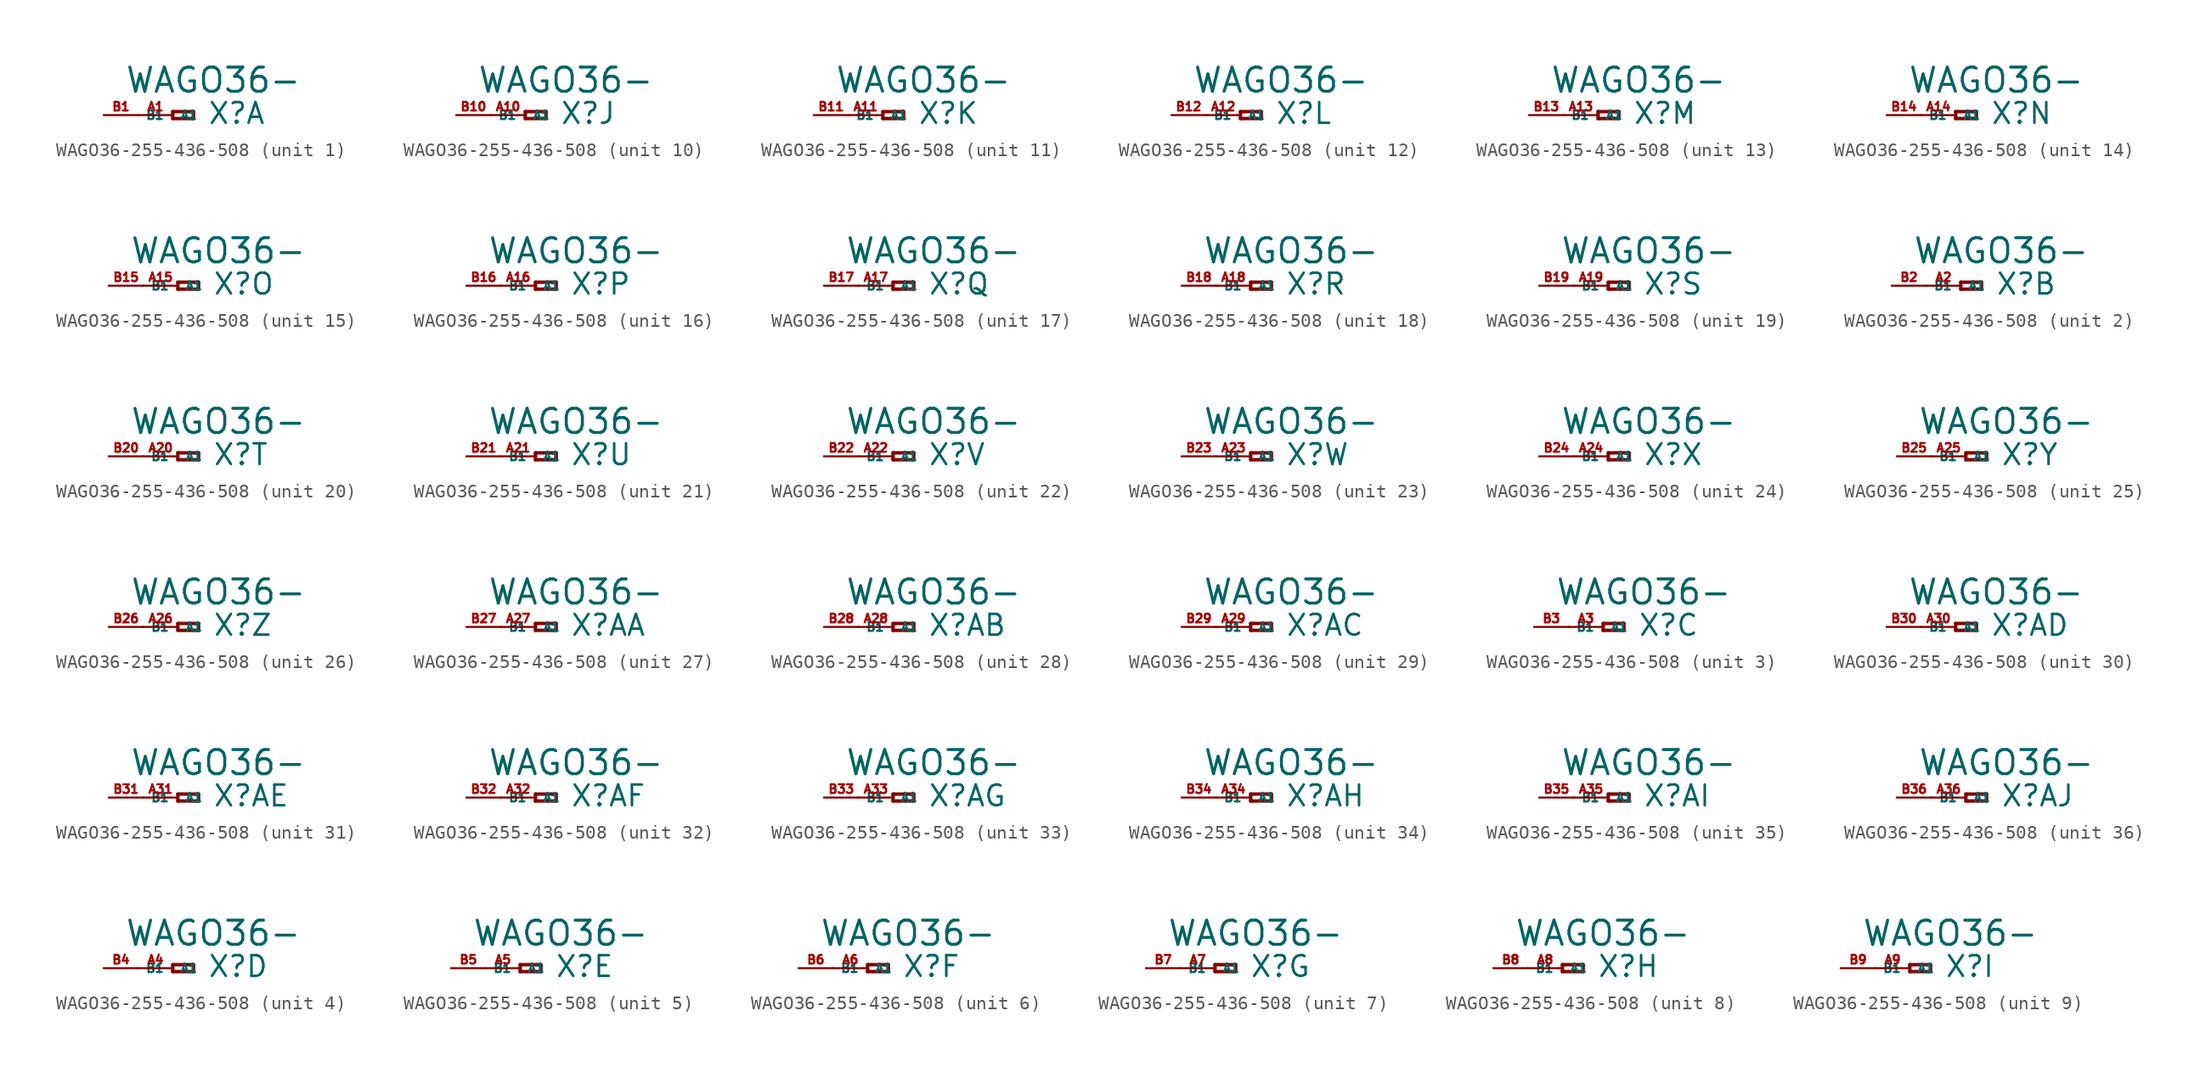
<source format=kicad_sym>
(kicad_symbol_lib
  (version 20220914)
  (generator Eagle2Kicad)
  (symbol "WAGO36-255-436-508"
    (property "Reference" "X"
      (at 2.54 -0.762 0)
      (effects (font (size 1.524 1.524) (thickness 0.19)) (justify left bottom)))
    (property "Value" "WAGO36-"
      (at -3.556 1.524 0)
      (effects (font (size 1.778 1.778) (thickness 0.22)) (justify left bottom)))
    (symbol "WAGO36-255-436-508_1_0"
      (polyline (pts (xy 0 0.254) (xy 0 -0.254)) (stroke (width 0.254) (type default)) (fill (type none)))
      (polyline (pts (xy 0 -0.254) (xy 1.524 -0.254)) (stroke (width 0.254) (type default)) (fill (type none)))
      (polyline (pts (xy 1.524 -0.254) (xy 1.524 0.254)) (stroke (width 0.254) (type default)) (fill (type none)))
      (polyline (pts (xy 1.524 0.254) (xy 0 0.254)) (stroke (width 0.254) (type default)) (fill (type none)))
      (pin passive line (at -2.54 0 0) (length 2.54) (name "A1" (effects (font (size 0.635 0.635) (thickness 0.08)) (justify left bottom))) (number "A1" (effects (font (size 0.635 0.635) (thickness 0.08)) (justify left bottom))))
      (pin passive line (at -5.08 0 0) (length 2.54) (name "B1" (effects (font (size 0.635 0.635) (thickness 0.08)) (justify left bottom))) (number "B1" (effects (font (size 0.635 0.635) (thickness 0.08)) (justify left bottom)))))
    (symbol "WAGO36-255-436-508_2_0"
      (polyline (pts (xy 0 0.254) (xy 0 -0.254)) (stroke (width 0.254) (type default)) (fill (type none)))
      (polyline (pts (xy 0 -0.254) (xy 1.524 -0.254)) (stroke (width 0.254) (type default)) (fill (type none)))
      (polyline (pts (xy 1.524 -0.254) (xy 1.524 0.254)) (stroke (width 0.254) (type default)) (fill (type none)))
      (polyline (pts (xy 1.524 0.254) (xy 0 0.254)) (stroke (width 0.254) (type default)) (fill (type none)))
      (pin passive line (at -2.54 0 0) (length 2.54) (name "A1" (effects (font (size 0.635 0.635) (thickness 0.08)) (justify left bottom))) (number "A2" (effects (font (size 0.635 0.635) (thickness 0.08)) (justify left bottom))))
      (pin passive line (at -5.08 0 0) (length 2.54) (name "B1" (effects (font (size 0.635 0.635) (thickness 0.08)) (justify left bottom))) (number "B2" (effects (font (size 0.635 0.635) (thickness 0.08)) (justify left bottom)))))
    (symbol "WAGO36-255-436-508_3_0"
      (polyline (pts (xy 0 0.254) (xy 0 -0.254)) (stroke (width 0.254) (type default)) (fill (type none)))
      (polyline (pts (xy 0 -0.254) (xy 1.524 -0.254)) (stroke (width 0.254) (type default)) (fill (type none)))
      (polyline (pts (xy 1.524 -0.254) (xy 1.524 0.254)) (stroke (width 0.254) (type default)) (fill (type none)))
      (polyline (pts (xy 1.524 0.254) (xy 0 0.254)) (stroke (width 0.254) (type default)) (fill (type none)))
      (pin passive line (at -2.54 0 0) (length 2.54) (name "A1" (effects (font (size 0.635 0.635) (thickness 0.08)) (justify left bottom))) (number "A3" (effects (font (size 0.635 0.635) (thickness 0.08)) (justify left bottom))))
      (pin passive line (at -5.08 0 0) (length 2.54) (name "B1" (effects (font (size 0.635 0.635) (thickness 0.08)) (justify left bottom))) (number "B3" (effects (font (size 0.635 0.635) (thickness 0.08)) (justify left bottom)))))
    (symbol "WAGO36-255-436-508_4_0"
      (polyline (pts (xy 0 0.254) (xy 0 -0.254)) (stroke (width 0.254) (type default)) (fill (type none)))
      (polyline (pts (xy 0 -0.254) (xy 1.524 -0.254)) (stroke (width 0.254) (type default)) (fill (type none)))
      (polyline (pts (xy 1.524 -0.254) (xy 1.524 0.254)) (stroke (width 0.254) (type default)) (fill (type none)))
      (polyline (pts (xy 1.524 0.254) (xy 0 0.254)) (stroke (width 0.254) (type default)) (fill (type none)))
      (pin passive line (at -2.54 0 0) (length 2.54) (name "A1" (effects (font (size 0.635 0.635) (thickness 0.08)) (justify left bottom))) (number "A4" (effects (font (size 0.635 0.635) (thickness 0.08)) (justify left bottom))))
      (pin passive line (at -5.08 0 0) (length 2.54) (name "B1" (effects (font (size 0.635 0.635) (thickness 0.08)) (justify left bottom))) (number "B4" (effects (font (size 0.635 0.635) (thickness 0.08)) (justify left bottom)))))
    (symbol "WAGO36-255-436-508_5_0"
      (polyline (pts (xy 0 0.254) (xy 0 -0.254)) (stroke (width 0.254) (type default)) (fill (type none)))
      (polyline (pts (xy 0 -0.254) (xy 1.524 -0.254)) (stroke (width 0.254) (type default)) (fill (type none)))
      (polyline (pts (xy 1.524 -0.254) (xy 1.524 0.254)) (stroke (width 0.254) (type default)) (fill (type none)))
      (polyline (pts (xy 1.524 0.254) (xy 0 0.254)) (stroke (width 0.254) (type default)) (fill (type none)))
      (pin passive line (at -2.54 0 0) (length 2.54) (name "A1" (effects (font (size 0.635 0.635) (thickness 0.08)) (justify left bottom))) (number "A5" (effects (font (size 0.635 0.635) (thickness 0.08)) (justify left bottom))))
      (pin passive line (at -5.08 0 0) (length 2.54) (name "B1" (effects (font (size 0.635 0.635) (thickness 0.08)) (justify left bottom))) (number "B5" (effects (font (size 0.635 0.635) (thickness 0.08)) (justify left bottom)))))
    (symbol "WAGO36-255-436-508_6_0"
      (polyline (pts (xy 0 0.254) (xy 0 -0.254)) (stroke (width 0.254) (type default)) (fill (type none)))
      (polyline (pts (xy 0 -0.254) (xy 1.524 -0.254)) (stroke (width 0.254) (type default)) (fill (type none)))
      (polyline (pts (xy 1.524 -0.254) (xy 1.524 0.254)) (stroke (width 0.254) (type default)) (fill (type none)))
      (polyline (pts (xy 1.524 0.254) (xy 0 0.254)) (stroke (width 0.254) (type default)) (fill (type none)))
      (pin passive line (at -2.54 0 0) (length 2.54) (name "A1" (effects (font (size 0.635 0.635) (thickness 0.08)) (justify left bottom))) (number "A6" (effects (font (size 0.635 0.635) (thickness 0.08)) (justify left bottom))))
      (pin passive line (at -5.08 0 0) (length 2.54) (name "B1" (effects (font (size 0.635 0.635) (thickness 0.08)) (justify left bottom))) (number "B6" (effects (font (size 0.635 0.635) (thickness 0.08)) (justify left bottom)))))
    (symbol "WAGO36-255-436-508_7_0"
      (polyline (pts (xy 0 0.254) (xy 0 -0.254)) (stroke (width 0.254) (type default)) (fill (type none)))
      (polyline (pts (xy 0 -0.254) (xy 1.524 -0.254)) (stroke (width 0.254) (type default)) (fill (type none)))
      (polyline (pts (xy 1.524 -0.254) (xy 1.524 0.254)) (stroke (width 0.254) (type default)) (fill (type none)))
      (polyline (pts (xy 1.524 0.254) (xy 0 0.254)) (stroke (width 0.254) (type default)) (fill (type none)))
      (pin passive line (at -2.54 0 0) (length 2.54) (name "A1" (effects (font (size 0.635 0.635) (thickness 0.08)) (justify left bottom))) (number "A7" (effects (font (size 0.635 0.635) (thickness 0.08)) (justify left bottom))))
      (pin passive line (at -5.08 0 0) (length 2.54) (name "B1" (effects (font (size 0.635 0.635) (thickness 0.08)) (justify left bottom))) (number "B7" (effects (font (size 0.635 0.635) (thickness 0.08)) (justify left bottom)))))
    (symbol "WAGO36-255-436-508_8_0"
      (polyline (pts (xy 0 0.254) (xy 0 -0.254)) (stroke (width 0.254) (type default)) (fill (type none)))
      (polyline (pts (xy 0 -0.254) (xy 1.524 -0.254)) (stroke (width 0.254) (type default)) (fill (type none)))
      (polyline (pts (xy 1.524 -0.254) (xy 1.524 0.254)) (stroke (width 0.254) (type default)) (fill (type none)))
      (polyline (pts (xy 1.524 0.254) (xy 0 0.254)) (stroke (width 0.254) (type default)) (fill (type none)))
      (pin passive line (at -2.54 0 0) (length 2.54) (name "A1" (effects (font (size 0.635 0.635) (thickness 0.08)) (justify left bottom))) (number "A8" (effects (font (size 0.635 0.635) (thickness 0.08)) (justify left bottom))))
      (pin passive line (at -5.08 0 0) (length 2.54) (name "B1" (effects (font (size 0.635 0.635) (thickness 0.08)) (justify left bottom))) (number "B8" (effects (font (size 0.635 0.635) (thickness 0.08)) (justify left bottom)))))
    (symbol "WAGO36-255-436-508_9_0"
      (polyline (pts (xy 0 0.254) (xy 0 -0.254)) (stroke (width 0.254) (type default)) (fill (type none)))
      (polyline (pts (xy 0 -0.254) (xy 1.524 -0.254)) (stroke (width 0.254) (type default)) (fill (type none)))
      (polyline (pts (xy 1.524 -0.254) (xy 1.524 0.254)) (stroke (width 0.254) (type default)) (fill (type none)))
      (polyline (pts (xy 1.524 0.254) (xy 0 0.254)) (stroke (width 0.254) (type default)) (fill (type none)))
      (pin passive line (at -2.54 0 0) (length 2.54) (name "A1" (effects (font (size 0.635 0.635) (thickness 0.08)) (justify left bottom))) (number "A9" (effects (font (size 0.635 0.635) (thickness 0.08)) (justify left bottom))))
      (pin passive line (at -5.08 0 0) (length 2.54) (name "B1" (effects (font (size 0.635 0.635) (thickness 0.08)) (justify left bottom))) (number "B9" (effects (font (size 0.635 0.635) (thickness 0.08)) (justify left bottom)))))
    (symbol "WAGO36-255-436-508_10_0"
      (polyline (pts (xy 0 0.254) (xy 0 -0.254)) (stroke (width 0.254) (type default)) (fill (type none)))
      (polyline (pts (xy 0 -0.254) (xy 1.524 -0.254)) (stroke (width 0.254) (type default)) (fill (type none)))
      (polyline (pts (xy 1.524 -0.254) (xy 1.524 0.254)) (stroke (width 0.254) (type default)) (fill (type none)))
      (polyline (pts (xy 1.524 0.254) (xy 0 0.254)) (stroke (width 0.254) (type default)) (fill (type none)))
      (pin passive line (at -2.54 0 0) (length 2.54) (name "A1" (effects (font (size 0.635 0.635) (thickness 0.08)) (justify left bottom))) (number "A10" (effects (font (size 0.635 0.635) (thickness 0.08)) (justify left bottom))))
      (pin passive line (at -5.08 0 0) (length 2.54) (name "B1" (effects (font (size 0.635 0.635) (thickness 0.08)) (justify left bottom))) (number "B10" (effects (font (size 0.635 0.635) (thickness 0.08)) (justify left bottom)))))
    (symbol "WAGO36-255-436-508_11_0"
      (polyline (pts (xy 0 0.254) (xy 0 -0.254)) (stroke (width 0.254) (type default)) (fill (type none)))
      (polyline (pts (xy 0 -0.254) (xy 1.524 -0.254)) (stroke (width 0.254) (type default)) (fill (type none)))
      (polyline (pts (xy 1.524 -0.254) (xy 1.524 0.254)) (stroke (width 0.254) (type default)) (fill (type none)))
      (polyline (pts (xy 1.524 0.254) (xy 0 0.254)) (stroke (width 0.254) (type default)) (fill (type none)))
      (pin passive line (at -2.54 0 0) (length 2.54) (name "A1" (effects (font (size 0.635 0.635) (thickness 0.08)) (justify left bottom))) (number "A11" (effects (font (size 0.635 0.635) (thickness 0.08)) (justify left bottom))))
      (pin passive line (at -5.08 0 0) (length 2.54) (name "B1" (effects (font (size 0.635 0.635) (thickness 0.08)) (justify left bottom))) (number "B11" (effects (font (size 0.635 0.635) (thickness 0.08)) (justify left bottom)))))
    (symbol "WAGO36-255-436-508_12_0"
      (polyline (pts (xy 0 0.254) (xy 0 -0.254)) (stroke (width 0.254) (type default)) (fill (type none)))
      (polyline (pts (xy 0 -0.254) (xy 1.524 -0.254)) (stroke (width 0.254) (type default)) (fill (type none)))
      (polyline (pts (xy 1.524 -0.254) (xy 1.524 0.254)) (stroke (width 0.254) (type default)) (fill (type none)))
      (polyline (pts (xy 1.524 0.254) (xy 0 0.254)) (stroke (width 0.254) (type default)) (fill (type none)))
      (pin passive line (at -2.54 0 0) (length 2.54) (name "A1" (effects (font (size 0.635 0.635) (thickness 0.08)) (justify left bottom))) (number "A12" (effects (font (size 0.635 0.635) (thickness 0.08)) (justify left bottom))))
      (pin passive line (at -5.08 0 0) (length 2.54) (name "B1" (effects (font (size 0.635 0.635) (thickness 0.08)) (justify left bottom))) (number "B12" (effects (font (size 0.635 0.635) (thickness 0.08)) (justify left bottom)))))
    (symbol "WAGO36-255-436-508_13_0"
      (polyline (pts (xy 0 0.254) (xy 0 -0.254)) (stroke (width 0.254) (type default)) (fill (type none)))
      (polyline (pts (xy 0 -0.254) (xy 1.524 -0.254)) (stroke (width 0.254) (type default)) (fill (type none)))
      (polyline (pts (xy 1.524 -0.254) (xy 1.524 0.254)) (stroke (width 0.254) (type default)) (fill (type none)))
      (polyline (pts (xy 1.524 0.254) (xy 0 0.254)) (stroke (width 0.254) (type default)) (fill (type none)))
      (pin passive line (at -2.54 0 0) (length 2.54) (name "A1" (effects (font (size 0.635 0.635) (thickness 0.08)) (justify left bottom))) (number "A13" (effects (font (size 0.635 0.635) (thickness 0.08)) (justify left bottom))))
      (pin passive line (at -5.08 0 0) (length 2.54) (name "B1" (effects (font (size 0.635 0.635) (thickness 0.08)) (justify left bottom))) (number "B13" (effects (font (size 0.635 0.635) (thickness 0.08)) (justify left bottom)))))
    (symbol "WAGO36-255-436-508_14_0"
      (polyline (pts (xy 0 0.254) (xy 0 -0.254)) (stroke (width 0.254) (type default)) (fill (type none)))
      (polyline (pts (xy 0 -0.254) (xy 1.524 -0.254)) (stroke (width 0.254) (type default)) (fill (type none)))
      (polyline (pts (xy 1.524 -0.254) (xy 1.524 0.254)) (stroke (width 0.254) (type default)) (fill (type none)))
      (polyline (pts (xy 1.524 0.254) (xy 0 0.254)) (stroke (width 0.254) (type default)) (fill (type none)))
      (pin passive line (at -2.54 0 0) (length 2.54) (name "A1" (effects (font (size 0.635 0.635) (thickness 0.08)) (justify left bottom))) (number "A14" (effects (font (size 0.635 0.635) (thickness 0.08)) (justify left bottom))))
      (pin passive line (at -5.08 0 0) (length 2.54) (name "B1" (effects (font (size 0.635 0.635) (thickness 0.08)) (justify left bottom))) (number "B14" (effects (font (size 0.635 0.635) (thickness 0.08)) (justify left bottom)))))
    (symbol "WAGO36-255-436-508_15_0"
      (polyline (pts (xy 0 0.254) (xy 0 -0.254)) (stroke (width 0.254) (type default)) (fill (type none)))
      (polyline (pts (xy 0 -0.254) (xy 1.524 -0.254)) (stroke (width 0.254) (type default)) (fill (type none)))
      (polyline (pts (xy 1.524 -0.254) (xy 1.524 0.254)) (stroke (width 0.254) (type default)) (fill (type none)))
      (polyline (pts (xy 1.524 0.254) (xy 0 0.254)) (stroke (width 0.254) (type default)) (fill (type none)))
      (pin passive line (at -2.54 0 0) (length 2.54) (name "A1" (effects (font (size 0.635 0.635) (thickness 0.08)) (justify left bottom))) (number "A15" (effects (font (size 0.635 0.635) (thickness 0.08)) (justify left bottom))))
      (pin passive line (at -5.08 0 0) (length 2.54) (name "B1" (effects (font (size 0.635 0.635) (thickness 0.08)) (justify left bottom))) (number "B15" (effects (font (size 0.635 0.635) (thickness 0.08)) (justify left bottom)))))
    (symbol "WAGO36-255-436-508_16_0"
      (polyline (pts (xy 0 0.254) (xy 0 -0.254)) (stroke (width 0.254) (type default)) (fill (type none)))
      (polyline (pts (xy 0 -0.254) (xy 1.524 -0.254)) (stroke (width 0.254) (type default)) (fill (type none)))
      (polyline (pts (xy 1.524 -0.254) (xy 1.524 0.254)) (stroke (width 0.254) (type default)) (fill (type none)))
      (polyline (pts (xy 1.524 0.254) (xy 0 0.254)) (stroke (width 0.254) (type default)) (fill (type none)))
      (pin passive line (at -2.54 0 0) (length 2.54) (name "A1" (effects (font (size 0.635 0.635) (thickness 0.08)) (justify left bottom))) (number "A16" (effects (font (size 0.635 0.635) (thickness 0.08)) (justify left bottom))))
      (pin passive line (at -5.08 0 0) (length 2.54) (name "B1" (effects (font (size 0.635 0.635) (thickness 0.08)) (justify left bottom))) (number "B16" (effects (font (size 0.635 0.635) (thickness 0.08)) (justify left bottom)))))
    (symbol "WAGO36-255-436-508_17_0"
      (polyline (pts (xy 0 0.254) (xy 0 -0.254)) (stroke (width 0.254) (type default)) (fill (type none)))
      (polyline (pts (xy 0 -0.254) (xy 1.524 -0.254)) (stroke (width 0.254) (type default)) (fill (type none)))
      (polyline (pts (xy 1.524 -0.254) (xy 1.524 0.254)) (stroke (width 0.254) (type default)) (fill (type none)))
      (polyline (pts (xy 1.524 0.254) (xy 0 0.254)) (stroke (width 0.254) (type default)) (fill (type none)))
      (pin passive line (at -2.54 0 0) (length 2.54) (name "A1" (effects (font (size 0.635 0.635) (thickness 0.08)) (justify left bottom))) (number "A17" (effects (font (size 0.635 0.635) (thickness 0.08)) (justify left bottom))))
      (pin passive line (at -5.08 0 0) (length 2.54) (name "B1" (effects (font (size 0.635 0.635) (thickness 0.08)) (justify left bottom))) (number "B17" (effects (font (size 0.635 0.635) (thickness 0.08)) (justify left bottom)))))
    (symbol "WAGO36-255-436-508_18_0"
      (polyline (pts (xy 0 0.254) (xy 0 -0.254)) (stroke (width 0.254) (type default)) (fill (type none)))
      (polyline (pts (xy 0 -0.254) (xy 1.524 -0.254)) (stroke (width 0.254) (type default)) (fill (type none)))
      (polyline (pts (xy 1.524 -0.254) (xy 1.524 0.254)) (stroke (width 0.254) (type default)) (fill (type none)))
      (polyline (pts (xy 1.524 0.254) (xy 0 0.254)) (stroke (width 0.254) (type default)) (fill (type none)))
      (pin passive line (at -2.54 0 0) (length 2.54) (name "A1" (effects (font (size 0.635 0.635) (thickness 0.08)) (justify left bottom))) (number "A18" (effects (font (size 0.635 0.635) (thickness 0.08)) (justify left bottom))))
      (pin passive line (at -5.08 0 0) (length 2.54) (name "B1" (effects (font (size 0.635 0.635) (thickness 0.08)) (justify left bottom))) (number "B18" (effects (font (size 0.635 0.635) (thickness 0.08)) (justify left bottom)))))
    (symbol "WAGO36-255-436-508_19_0"
      (polyline (pts (xy 0 0.254) (xy 0 -0.254)) (stroke (width 0.254) (type default)) (fill (type none)))
      (polyline (pts (xy 0 -0.254) (xy 1.524 -0.254)) (stroke (width 0.254) (type default)) (fill (type none)))
      (polyline (pts (xy 1.524 -0.254) (xy 1.524 0.254)) (stroke (width 0.254) (type default)) (fill (type none)))
      (polyline (pts (xy 1.524 0.254) (xy 0 0.254)) (stroke (width 0.254) (type default)) (fill (type none)))
      (pin passive line (at -2.54 0 0) (length 2.54) (name "A1" (effects (font (size 0.635 0.635) (thickness 0.08)) (justify left bottom))) (number "A19" (effects (font (size 0.635 0.635) (thickness 0.08)) (justify left bottom))))
      (pin passive line (at -5.08 0 0) (length 2.54) (name "B1" (effects (font (size 0.635 0.635) (thickness 0.08)) (justify left bottom))) (number "B19" (effects (font (size 0.635 0.635) (thickness 0.08)) (justify left bottom)))))
    (symbol "WAGO36-255-436-508_20_0"
      (polyline (pts (xy 0 0.254) (xy 0 -0.254)) (stroke (width 0.254) (type default)) (fill (type none)))
      (polyline (pts (xy 0 -0.254) (xy 1.524 -0.254)) (stroke (width 0.254) (type default)) (fill (type none)))
      (polyline (pts (xy 1.524 -0.254) (xy 1.524 0.254)) (stroke (width 0.254) (type default)) (fill (type none)))
      (polyline (pts (xy 1.524 0.254) (xy 0 0.254)) (stroke (width 0.254) (type default)) (fill (type none)))
      (pin passive line (at -2.54 0 0) (length 2.54) (name "A1" (effects (font (size 0.635 0.635) (thickness 0.08)) (justify left bottom))) (number "A20" (effects (font (size 0.635 0.635) (thickness 0.08)) (justify left bottom))))
      (pin passive line (at -5.08 0 0) (length 2.54) (name "B1" (effects (font (size 0.635 0.635) (thickness 0.08)) (justify left bottom))) (number "B20" (effects (font (size 0.635 0.635) (thickness 0.08)) (justify left bottom)))))
    (symbol "WAGO36-255-436-508_21_0"
      (polyline (pts (xy 0 0.254) (xy 0 -0.254)) (stroke (width 0.254) (type default)) (fill (type none)))
      (polyline (pts (xy 0 -0.254) (xy 1.524 -0.254)) (stroke (width 0.254) (type default)) (fill (type none)))
      (polyline (pts (xy 1.524 -0.254) (xy 1.524 0.254)) (stroke (width 0.254) (type default)) (fill (type none)))
      (polyline (pts (xy 1.524 0.254) (xy 0 0.254)) (stroke (width 0.254) (type default)) (fill (type none)))
      (pin passive line (at -2.54 0 0) (length 2.54) (name "A1" (effects (font (size 0.635 0.635) (thickness 0.08)) (justify left bottom))) (number "A21" (effects (font (size 0.635 0.635) (thickness 0.08)) (justify left bottom))))
      (pin passive line (at -5.08 0 0) (length 2.54) (name "B1" (effects (font (size 0.635 0.635) (thickness 0.08)) (justify left bottom))) (number "B21" (effects (font (size 0.635 0.635) (thickness 0.08)) (justify left bottom)))))
    (symbol "WAGO36-255-436-508_22_0"
      (polyline (pts (xy 0 0.254) (xy 0 -0.254)) (stroke (width 0.254) (type default)) (fill (type none)))
      (polyline (pts (xy 0 -0.254) (xy 1.524 -0.254)) (stroke (width 0.254) (type default)) (fill (type none)))
      (polyline (pts (xy 1.524 -0.254) (xy 1.524 0.254)) (stroke (width 0.254) (type default)) (fill (type none)))
      (polyline (pts (xy 1.524 0.254) (xy 0 0.254)) (stroke (width 0.254) (type default)) (fill (type none)))
      (pin passive line (at -2.54 0 0) (length 2.54) (name "A1" (effects (font (size 0.635 0.635) (thickness 0.08)) (justify left bottom))) (number "A22" (effects (font (size 0.635 0.635) (thickness 0.08)) (justify left bottom))))
      (pin passive line (at -5.08 0 0) (length 2.54) (name "B1" (effects (font (size 0.635 0.635) (thickness 0.08)) (justify left bottom))) (number "B22" (effects (font (size 0.635 0.635) (thickness 0.08)) (justify left bottom)))))
    (symbol "WAGO36-255-436-508_23_0"
      (polyline (pts (xy 0 0.254) (xy 0 -0.254)) (stroke (width 0.254) (type default)) (fill (type none)))
      (polyline (pts (xy 0 -0.254) (xy 1.524 -0.254)) (stroke (width 0.254) (type default)) (fill (type none)))
      (polyline (pts (xy 1.524 -0.254) (xy 1.524 0.254)) (stroke (width 0.254) (type default)) (fill (type none)))
      (polyline (pts (xy 1.524 0.254) (xy 0 0.254)) (stroke (width 0.254) (type default)) (fill (type none)))
      (pin passive line (at -2.54 0 0) (length 2.54) (name "A1" (effects (font (size 0.635 0.635) (thickness 0.08)) (justify left bottom))) (number "A23" (effects (font (size 0.635 0.635) (thickness 0.08)) (justify left bottom))))
      (pin passive line (at -5.08 0 0) (length 2.54) (name "B1" (effects (font (size 0.635 0.635) (thickness 0.08)) (justify left bottom))) (number "B23" (effects (font (size 0.635 0.635) (thickness 0.08)) (justify left bottom)))))
    (symbol "WAGO36-255-436-508_24_0"
      (polyline (pts (xy 0 0.254) (xy 0 -0.254)) (stroke (width 0.254) (type default)) (fill (type none)))
      (polyline (pts (xy 0 -0.254) (xy 1.524 -0.254)) (stroke (width 0.254) (type default)) (fill (type none)))
      (polyline (pts (xy 1.524 -0.254) (xy 1.524 0.254)) (stroke (width 0.254) (type default)) (fill (type none)))
      (polyline (pts (xy 1.524 0.254) (xy 0 0.254)) (stroke (width 0.254) (type default)) (fill (type none)))
      (pin passive line (at -2.54 0 0) (length 2.54) (name "A1" (effects (font (size 0.635 0.635) (thickness 0.08)) (justify left bottom))) (number "A24" (effects (font (size 0.635 0.635) (thickness 0.08)) (justify left bottom))))
      (pin passive line (at -5.08 0 0) (length 2.54) (name "B1" (effects (font (size 0.635 0.635) (thickness 0.08)) (justify left bottom))) (number "B24" (effects (font (size 0.635 0.635) (thickness 0.08)) (justify left bottom)))))
    (symbol "WAGO36-255-436-508_25_0"
      (polyline (pts (xy 0 0.254) (xy 0 -0.254)) (stroke (width 0.254) (type default)) (fill (type none)))
      (polyline (pts (xy 0 -0.254) (xy 1.524 -0.254)) (stroke (width 0.254) (type default)) (fill (type none)))
      (polyline (pts (xy 1.524 -0.254) (xy 1.524 0.254)) (stroke (width 0.254) (type default)) (fill (type none)))
      (polyline (pts (xy 1.524 0.254) (xy 0 0.254)) (stroke (width 0.254) (type default)) (fill (type none)))
      (pin passive line (at -2.54 0 0) (length 2.54) (name "A1" (effects (font (size 0.635 0.635) (thickness 0.08)) (justify left bottom))) (number "A25" (effects (font (size 0.635 0.635) (thickness 0.08)) (justify left bottom))))
      (pin passive line (at -5.08 0 0) (length 2.54) (name "B1" (effects (font (size 0.635 0.635) (thickness 0.08)) (justify left bottom))) (number "B25" (effects (font (size 0.635 0.635) (thickness 0.08)) (justify left bottom)))))
    (symbol "WAGO36-255-436-508_26_0"
      (polyline (pts (xy 0 0.254) (xy 0 -0.254)) (stroke (width 0.254) (type default)) (fill (type none)))
      (polyline (pts (xy 0 -0.254) (xy 1.524 -0.254)) (stroke (width 0.254) (type default)) (fill (type none)))
      (polyline (pts (xy 1.524 -0.254) (xy 1.524 0.254)) (stroke (width 0.254) (type default)) (fill (type none)))
      (polyline (pts (xy 1.524 0.254) (xy 0 0.254)) (stroke (width 0.254) (type default)) (fill (type none)))
      (pin passive line (at -2.54 0 0) (length 2.54) (name "A1" (effects (font (size 0.635 0.635) (thickness 0.08)) (justify left bottom))) (number "A26" (effects (font (size 0.635 0.635) (thickness 0.08)) (justify left bottom))))
      (pin passive line (at -5.08 0 0) (length 2.54) (name "B1" (effects (font (size 0.635 0.635) (thickness 0.08)) (justify left bottom))) (number "B26" (effects (font (size 0.635 0.635) (thickness 0.08)) (justify left bottom)))))
    (symbol "WAGO36-255-436-508_27_0"
      (polyline (pts (xy 0 0.254) (xy 0 -0.254)) (stroke (width 0.254) (type default)) (fill (type none)))
      (polyline (pts (xy 0 -0.254) (xy 1.524 -0.254)) (stroke (width 0.254) (type default)) (fill (type none)))
      (polyline (pts (xy 1.524 -0.254) (xy 1.524 0.254)) (stroke (width 0.254) (type default)) (fill (type none)))
      (polyline (pts (xy 1.524 0.254) (xy 0 0.254)) (stroke (width 0.254) (type default)) (fill (type none)))
      (pin passive line (at -2.54 0 0) (length 2.54) (name "A1" (effects (font (size 0.635 0.635) (thickness 0.08)) (justify left bottom))) (number "A27" (effects (font (size 0.635 0.635) (thickness 0.08)) (justify left bottom))))
      (pin passive line (at -5.08 0 0) (length 2.54) (name "B1" (effects (font (size 0.635 0.635) (thickness 0.08)) (justify left bottom))) (number "B27" (effects (font (size 0.635 0.635) (thickness 0.08)) (justify left bottom)))))
    (symbol "WAGO36-255-436-508_28_0"
      (polyline (pts (xy 0 0.254) (xy 0 -0.254)) (stroke (width 0.254) (type default)) (fill (type none)))
      (polyline (pts (xy 0 -0.254) (xy 1.524 -0.254)) (stroke (width 0.254) (type default)) (fill (type none)))
      (polyline (pts (xy 1.524 -0.254) (xy 1.524 0.254)) (stroke (width 0.254) (type default)) (fill (type none)))
      (polyline (pts (xy 1.524 0.254) (xy 0 0.254)) (stroke (width 0.254) (type default)) (fill (type none)))
      (pin passive line (at -2.54 0 0) (length 2.54) (name "A1" (effects (font (size 0.635 0.635) (thickness 0.08)) (justify left bottom))) (number "A28" (effects (font (size 0.635 0.635) (thickness 0.08)) (justify left bottom))))
      (pin passive line (at -5.08 0 0) (length 2.54) (name "B1" (effects (font (size 0.635 0.635) (thickness 0.08)) (justify left bottom))) (number "B28" (effects (font (size 0.635 0.635) (thickness 0.08)) (justify left bottom)))))
    (symbol "WAGO36-255-436-508_29_0"
      (polyline (pts (xy 0 0.254) (xy 0 -0.254)) (stroke (width 0.254) (type default)) (fill (type none)))
      (polyline (pts (xy 0 -0.254) (xy 1.524 -0.254)) (stroke (width 0.254) (type default)) (fill (type none)))
      (polyline (pts (xy 1.524 -0.254) (xy 1.524 0.254)) (stroke (width 0.254) (type default)) (fill (type none)))
      (polyline (pts (xy 1.524 0.254) (xy 0 0.254)) (stroke (width 0.254) (type default)) (fill (type none)))
      (pin passive line (at -2.54 0 0) (length 2.54) (name "A1" (effects (font (size 0.635 0.635) (thickness 0.08)) (justify left bottom))) (number "A29" (effects (font (size 0.635 0.635) (thickness 0.08)) (justify left bottom))))
      (pin passive line (at -5.08 0 0) (length 2.54) (name "B1" (effects (font (size 0.635 0.635) (thickness 0.08)) (justify left bottom))) (number "B29" (effects (font (size 0.635 0.635) (thickness 0.08)) (justify left bottom)))))
    (symbol "WAGO36-255-436-508_30_0"
      (polyline (pts (xy 0 0.254) (xy 0 -0.254)) (stroke (width 0.254) (type default)) (fill (type none)))
      (polyline (pts (xy 0 -0.254) (xy 1.524 -0.254)) (stroke (width 0.254) (type default)) (fill (type none)))
      (polyline (pts (xy 1.524 -0.254) (xy 1.524 0.254)) (stroke (width 0.254) (type default)) (fill (type none)))
      (polyline (pts (xy 1.524 0.254) (xy 0 0.254)) (stroke (width 0.254) (type default)) (fill (type none)))
      (pin passive line (at -2.54 0 0) (length 2.54) (name "A1" (effects (font (size 0.635 0.635) (thickness 0.08)) (justify left bottom))) (number "A30" (effects (font (size 0.635 0.635) (thickness 0.08)) (justify left bottom))))
      (pin passive line (at -5.08 0 0) (length 2.54) (name "B1" (effects (font (size 0.635 0.635) (thickness 0.08)) (justify left bottom))) (number "B30" (effects (font (size 0.635 0.635) (thickness 0.08)) (justify left bottom)))))
    (symbol "WAGO36-255-436-508_31_0"
      (polyline (pts (xy 0 0.254) (xy 0 -0.254)) (stroke (width 0.254) (type default)) (fill (type none)))
      (polyline (pts (xy 0 -0.254) (xy 1.524 -0.254)) (stroke (width 0.254) (type default)) (fill (type none)))
      (polyline (pts (xy 1.524 -0.254) (xy 1.524 0.254)) (stroke (width 0.254) (type default)) (fill (type none)))
      (polyline (pts (xy 1.524 0.254) (xy 0 0.254)) (stroke (width 0.254) (type default)) (fill (type none)))
      (pin passive line (at -2.54 0 0) (length 2.54) (name "A1" (effects (font (size 0.635 0.635) (thickness 0.08)) (justify left bottom))) (number "A31" (effects (font (size 0.635 0.635) (thickness 0.08)) (justify left bottom))))
      (pin passive line (at -5.08 0 0) (length 2.54) (name "B1" (effects (font (size 0.635 0.635) (thickness 0.08)) (justify left bottom))) (number "B31" (effects (font (size 0.635 0.635) (thickness 0.08)) (justify left bottom)))))
    (symbol "WAGO36-255-436-508_32_0"
      (polyline (pts (xy 0 0.254) (xy 0 -0.254)) (stroke (width 0.254) (type default)) (fill (type none)))
      (polyline (pts (xy 0 -0.254) (xy 1.524 -0.254)) (stroke (width 0.254) (type default)) (fill (type none)))
      (polyline (pts (xy 1.524 -0.254) (xy 1.524 0.254)) (stroke (width 0.254) (type default)) (fill (type none)))
      (polyline (pts (xy 1.524 0.254) (xy 0 0.254)) (stroke (width 0.254) (type default)) (fill (type none)))
      (pin passive line (at -2.54 0 0) (length 2.54) (name "A1" (effects (font (size 0.635 0.635) (thickness 0.08)) (justify left bottom))) (number "A32" (effects (font (size 0.635 0.635) (thickness 0.08)) (justify left bottom))))
      (pin passive line (at -5.08 0 0) (length 2.54) (name "B1" (effects (font (size 0.635 0.635) (thickness 0.08)) (justify left bottom))) (number "B32" (effects (font (size 0.635 0.635) (thickness 0.08)) (justify left bottom)))))
    (symbol "WAGO36-255-436-508_33_0"
      (polyline (pts (xy 0 0.254) (xy 0 -0.254)) (stroke (width 0.254) (type default)) (fill (type none)))
      (polyline (pts (xy 0 -0.254) (xy 1.524 -0.254)) (stroke (width 0.254) (type default)) (fill (type none)))
      (polyline (pts (xy 1.524 -0.254) (xy 1.524 0.254)) (stroke (width 0.254) (type default)) (fill (type none)))
      (polyline (pts (xy 1.524 0.254) (xy 0 0.254)) (stroke (width 0.254) (type default)) (fill (type none)))
      (pin passive line (at -2.54 0 0) (length 2.54) (name "A1" (effects (font (size 0.635 0.635) (thickness 0.08)) (justify left bottom))) (number "A33" (effects (font (size 0.635 0.635) (thickness 0.08)) (justify left bottom))))
      (pin passive line (at -5.08 0 0) (length 2.54) (name "B1" (effects (font (size 0.635 0.635) (thickness 0.08)) (justify left bottom))) (number "B33" (effects (font (size 0.635 0.635) (thickness 0.08)) (justify left bottom)))))
    (symbol "WAGO36-255-436-508_34_0"
      (polyline (pts (xy 0 0.254) (xy 0 -0.254)) (stroke (width 0.254) (type default)) (fill (type none)))
      (polyline (pts (xy 0 -0.254) (xy 1.524 -0.254)) (stroke (width 0.254) (type default)) (fill (type none)))
      (polyline (pts (xy 1.524 -0.254) (xy 1.524 0.254)) (stroke (width 0.254) (type default)) (fill (type none)))
      (polyline (pts (xy 1.524 0.254) (xy 0 0.254)) (stroke (width 0.254) (type default)) (fill (type none)))
      (pin passive line (at -2.54 0 0) (length 2.54) (name "A1" (effects (font (size 0.635 0.635) (thickness 0.08)) (justify left bottom))) (number "A34" (effects (font (size 0.635 0.635) (thickness 0.08)) (justify left bottom))))
      (pin passive line (at -5.08 0 0) (length 2.54) (name "B1" (effects (font (size 0.635 0.635) (thickness 0.08)) (justify left bottom))) (number "B34" (effects (font (size 0.635 0.635) (thickness 0.08)) (justify left bottom)))))
    (symbol "WAGO36-255-436-508_35_0"
      (polyline (pts (xy 0 0.254) (xy 0 -0.254)) (stroke (width 0.254) (type default)) (fill (type none)))
      (polyline (pts (xy 0 -0.254) (xy 1.524 -0.254)) (stroke (width 0.254) (type default)) (fill (type none)))
      (polyline (pts (xy 1.524 -0.254) (xy 1.524 0.254)) (stroke (width 0.254) (type default)) (fill (type none)))
      (polyline (pts (xy 1.524 0.254) (xy 0 0.254)) (stroke (width 0.254) (type default)) (fill (type none)))
      (pin passive line (at -2.54 0 0) (length 2.54) (name "A1" (effects (font (size 0.635 0.635) (thickness 0.08)) (justify left bottom))) (number "A35" (effects (font (size 0.635 0.635) (thickness 0.08)) (justify left bottom))))
      (pin passive line (at -5.08 0 0) (length 2.54) (name "B1" (effects (font (size 0.635 0.635) (thickness 0.08)) (justify left bottom))) (number "B35" (effects (font (size 0.635 0.635) (thickness 0.08)) (justify left bottom)))))
    (symbol "WAGO36-255-436-508_36_0"
      (polyline (pts (xy 0 0.254) (xy 0 -0.254)) (stroke (width 0.254) (type default)) (fill (type none)))
      (polyline (pts (xy 0 -0.254) (xy 1.524 -0.254)) (stroke (width 0.254) (type default)) (fill (type none)))
      (polyline (pts (xy 1.524 -0.254) (xy 1.524 0.254)) (stroke (width 0.254) (type default)) (fill (type none)))
      (polyline (pts (xy 1.524 0.254) (xy 0 0.254)) (stroke (width 0.254) (type default)) (fill (type none)))
      (pin passive line (at -2.54 0 0) (length 2.54) (name "A1" (effects (font (size 0.635 0.635) (thickness 0.08)) (justify left bottom))) (number "A36" (effects (font (size 0.635 0.635) (thickness 0.08)) (justify left bottom))))
      (pin passive line (at -5.08 0 0) (length 2.54) (name "B1" (effects (font (size 0.635 0.635) (thickness 0.08)) (justify left bottom))) (number "B36" (effects (font (size 0.635 0.635) (thickness 0.08)) (justify left bottom)))))))
</source>
